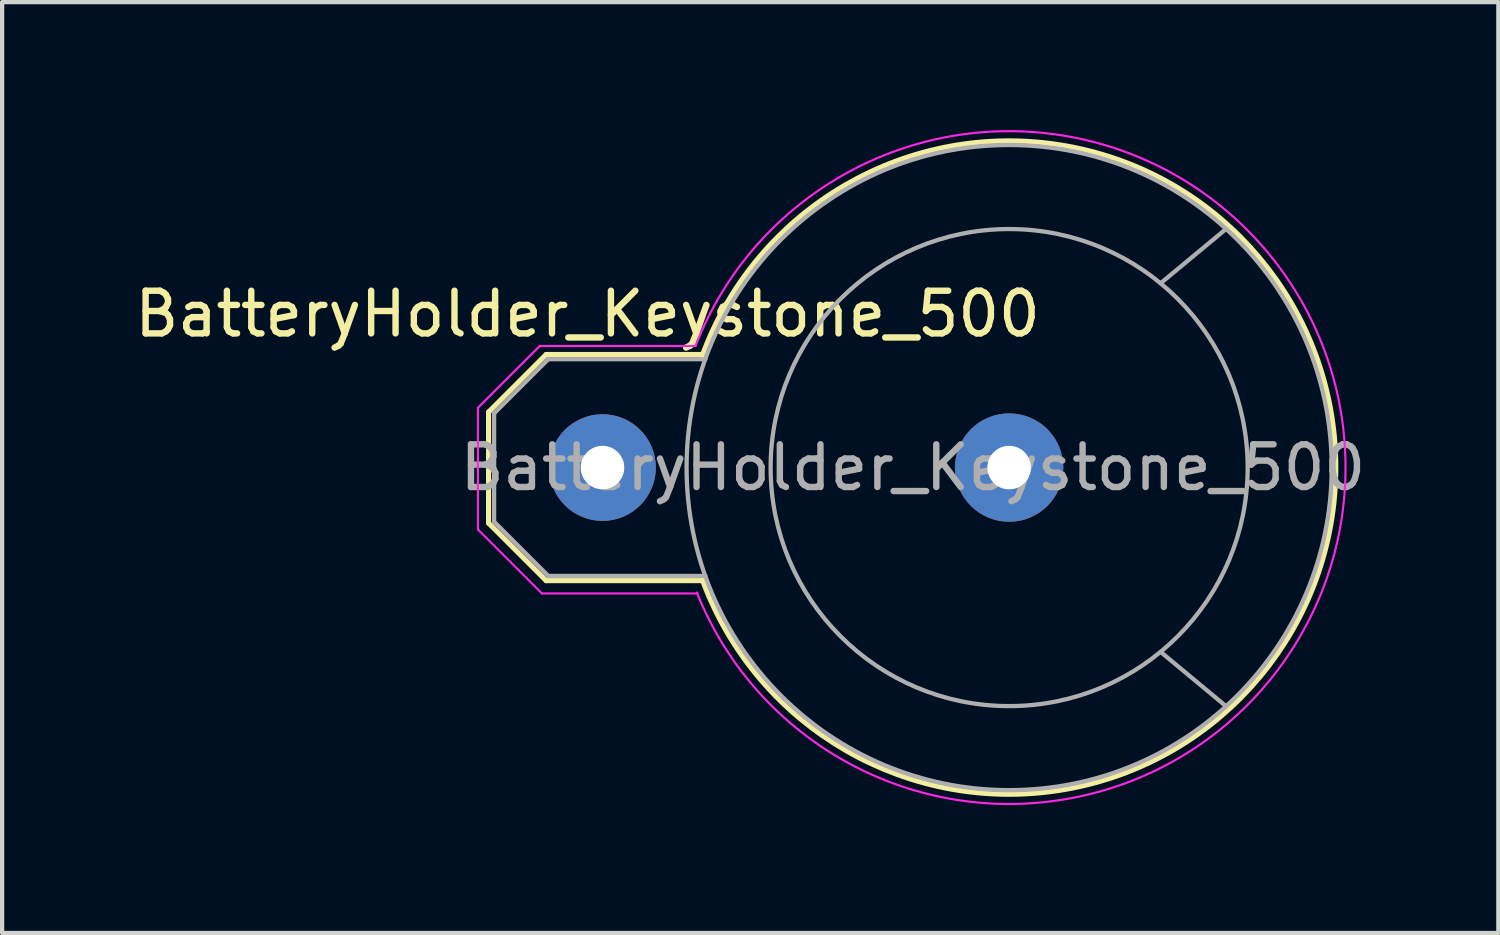
<source format=kicad_pcb>
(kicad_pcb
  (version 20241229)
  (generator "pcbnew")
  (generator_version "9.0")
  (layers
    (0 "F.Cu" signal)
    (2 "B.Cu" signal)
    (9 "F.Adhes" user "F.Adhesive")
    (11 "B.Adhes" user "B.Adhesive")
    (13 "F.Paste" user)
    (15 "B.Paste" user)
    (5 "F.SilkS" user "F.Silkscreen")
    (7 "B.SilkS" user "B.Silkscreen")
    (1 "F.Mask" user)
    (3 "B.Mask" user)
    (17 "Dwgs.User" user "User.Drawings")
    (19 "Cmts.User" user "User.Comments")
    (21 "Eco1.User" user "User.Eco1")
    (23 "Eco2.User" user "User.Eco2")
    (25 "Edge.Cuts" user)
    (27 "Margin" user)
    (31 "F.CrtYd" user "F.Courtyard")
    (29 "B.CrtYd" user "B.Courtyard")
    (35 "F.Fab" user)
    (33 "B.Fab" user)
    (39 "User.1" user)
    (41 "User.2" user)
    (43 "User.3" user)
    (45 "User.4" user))
  (footprint "BatteryHolder_Keystone_500"
    (layer "F.Cu")
    (at 11.07 7.908)
    (property "Reference" "BatteryHolder_Keystone_500" (at -0.35 -3.6 0) (layer "F.SilkS") (effects (font (size 1 1) (thickness 0.15))))
    (attr through_hole)
    (fp_line (start -2.67 -1.3) (end -1.32 -2.65) (stroke (width 0.12) (type solid)) (layer "F.SilkS"))
    (fp_line (start -2.67 1.3) (end -2.67 -1.3) (stroke (width 0.12) (type solid)) (layer "F.SilkS"))
    (fp_line (start -1.32 -2.65) (end 2.33 -2.65) (stroke (width 0.12) (type solid)) (layer "F.SilkS"))
    (fp_line (start -1.32 2.65) (end -2.67 1.3) (stroke (width 0.12) (type solid)) (layer "F.SilkS"))
    (fp_line (start 2.33 2.65) (end -1.32 2.65) (stroke (width 0.12) (type solid)) (layer "F.SilkS"))
    (fp_arc (start 2.33 -2.6) (mid 17.185039 -0.019344) (end 2.343232 2.636355) (stroke (width 0.12) (type solid)) (layer "F.SilkS"))
    (fp_line (start -2.92 -1.4) (end -1.47 -2.85) (stroke (width 0.05) (type solid)) (layer "F.CrtYd"))
    (fp_line (start -2.92 1.45) (end -2.92 -1.4) (stroke (width 0.05) (type solid)) (layer "F.CrtYd"))
    (fp_line (start -1.47 -2.85) (end 2.18 -2.85) (stroke (width 0.05) (type solid)) (layer "F.CrtYd"))
    (fp_line (start -1.42 2.95) (end -2.92 1.45) (stroke (width 0.05) (type solid)) (layer "F.CrtYd"))
    (fp_line (start 2.23 2.95) (end -1.42 2.95) (stroke (width 0.05) (type solid)) (layer "F.CrtYd"))
    (fp_arc (start 2.18 -2.85) (mid 17.413098 -0.042094) (end 2.210855 2.92833) (stroke (width 0.05) (type solid)) (layer "F.CrtYd"))
    (fp_line (start -2.54 -1.27) (end -1.27 -2.54) (stroke (width 0.1) (type solid)) (layer "F.Fab"))
    (fp_line (start -2.54 1.27) (end -2.54 -1.27) (stroke (width 0.1) (type solid)) (layer "F.Fab"))
    (fp_line (start -1.27 -2.54) (end 2.41 -2.54) (stroke (width 0.1) (type solid)) (layer "F.Fab"))
    (fp_line (start -1.27 2.54) (end -2.54 1.27) (stroke (width 0.1) (type solid)) (layer "F.Fab"))
    (fp_line (start -1.27 2.54) (end 2.41 2.54) (stroke (width 0.1) (type solid)) (layer "F.Fab"))
    (fp_line (start 13.08 -4.32) (end 14.61 -5.59) (stroke (width 0.1) (type solid)) (layer "F.Fab"))
    (fp_line (start 13.08 4.32) (end 14.61 5.59) (stroke (width 0.1) (type solid)) (layer "F.Fab"))
    (fp_circle (center 9.53 0) (end 2.41 2.54) (stroke (width 0.1) (type solid)) (fill no) (layer "F.Fab"))
    (fp_circle (center 9.53 0) (end 3.94 0) (stroke (width 0.1) (type solid)) (fill no) (layer "F.Fab"))
    (fp_text user "${REFERENCE}" (at 7.275 0 0) (layer "F.Fab") (effects (font (size 1 1) (thickness 0.15))))
    (pad "1" thru_hole circle (at 0 0) (size 2.5 2.5) (drill 1.02) (layers "*.Cu" "*.Mask"))
    (pad "2" thru_hole circle (at 9.53 0) (size 2.54 2.54) (drill 1.02) (layers "*.Cu" "*.Mask")))
  (gr_rect
    (start -3 -3)
    (end 32.065 18.816)
    (stroke (width 0.1) (type default))
    (fill no)
    (layer "Edge.Cuts")))
</source>
